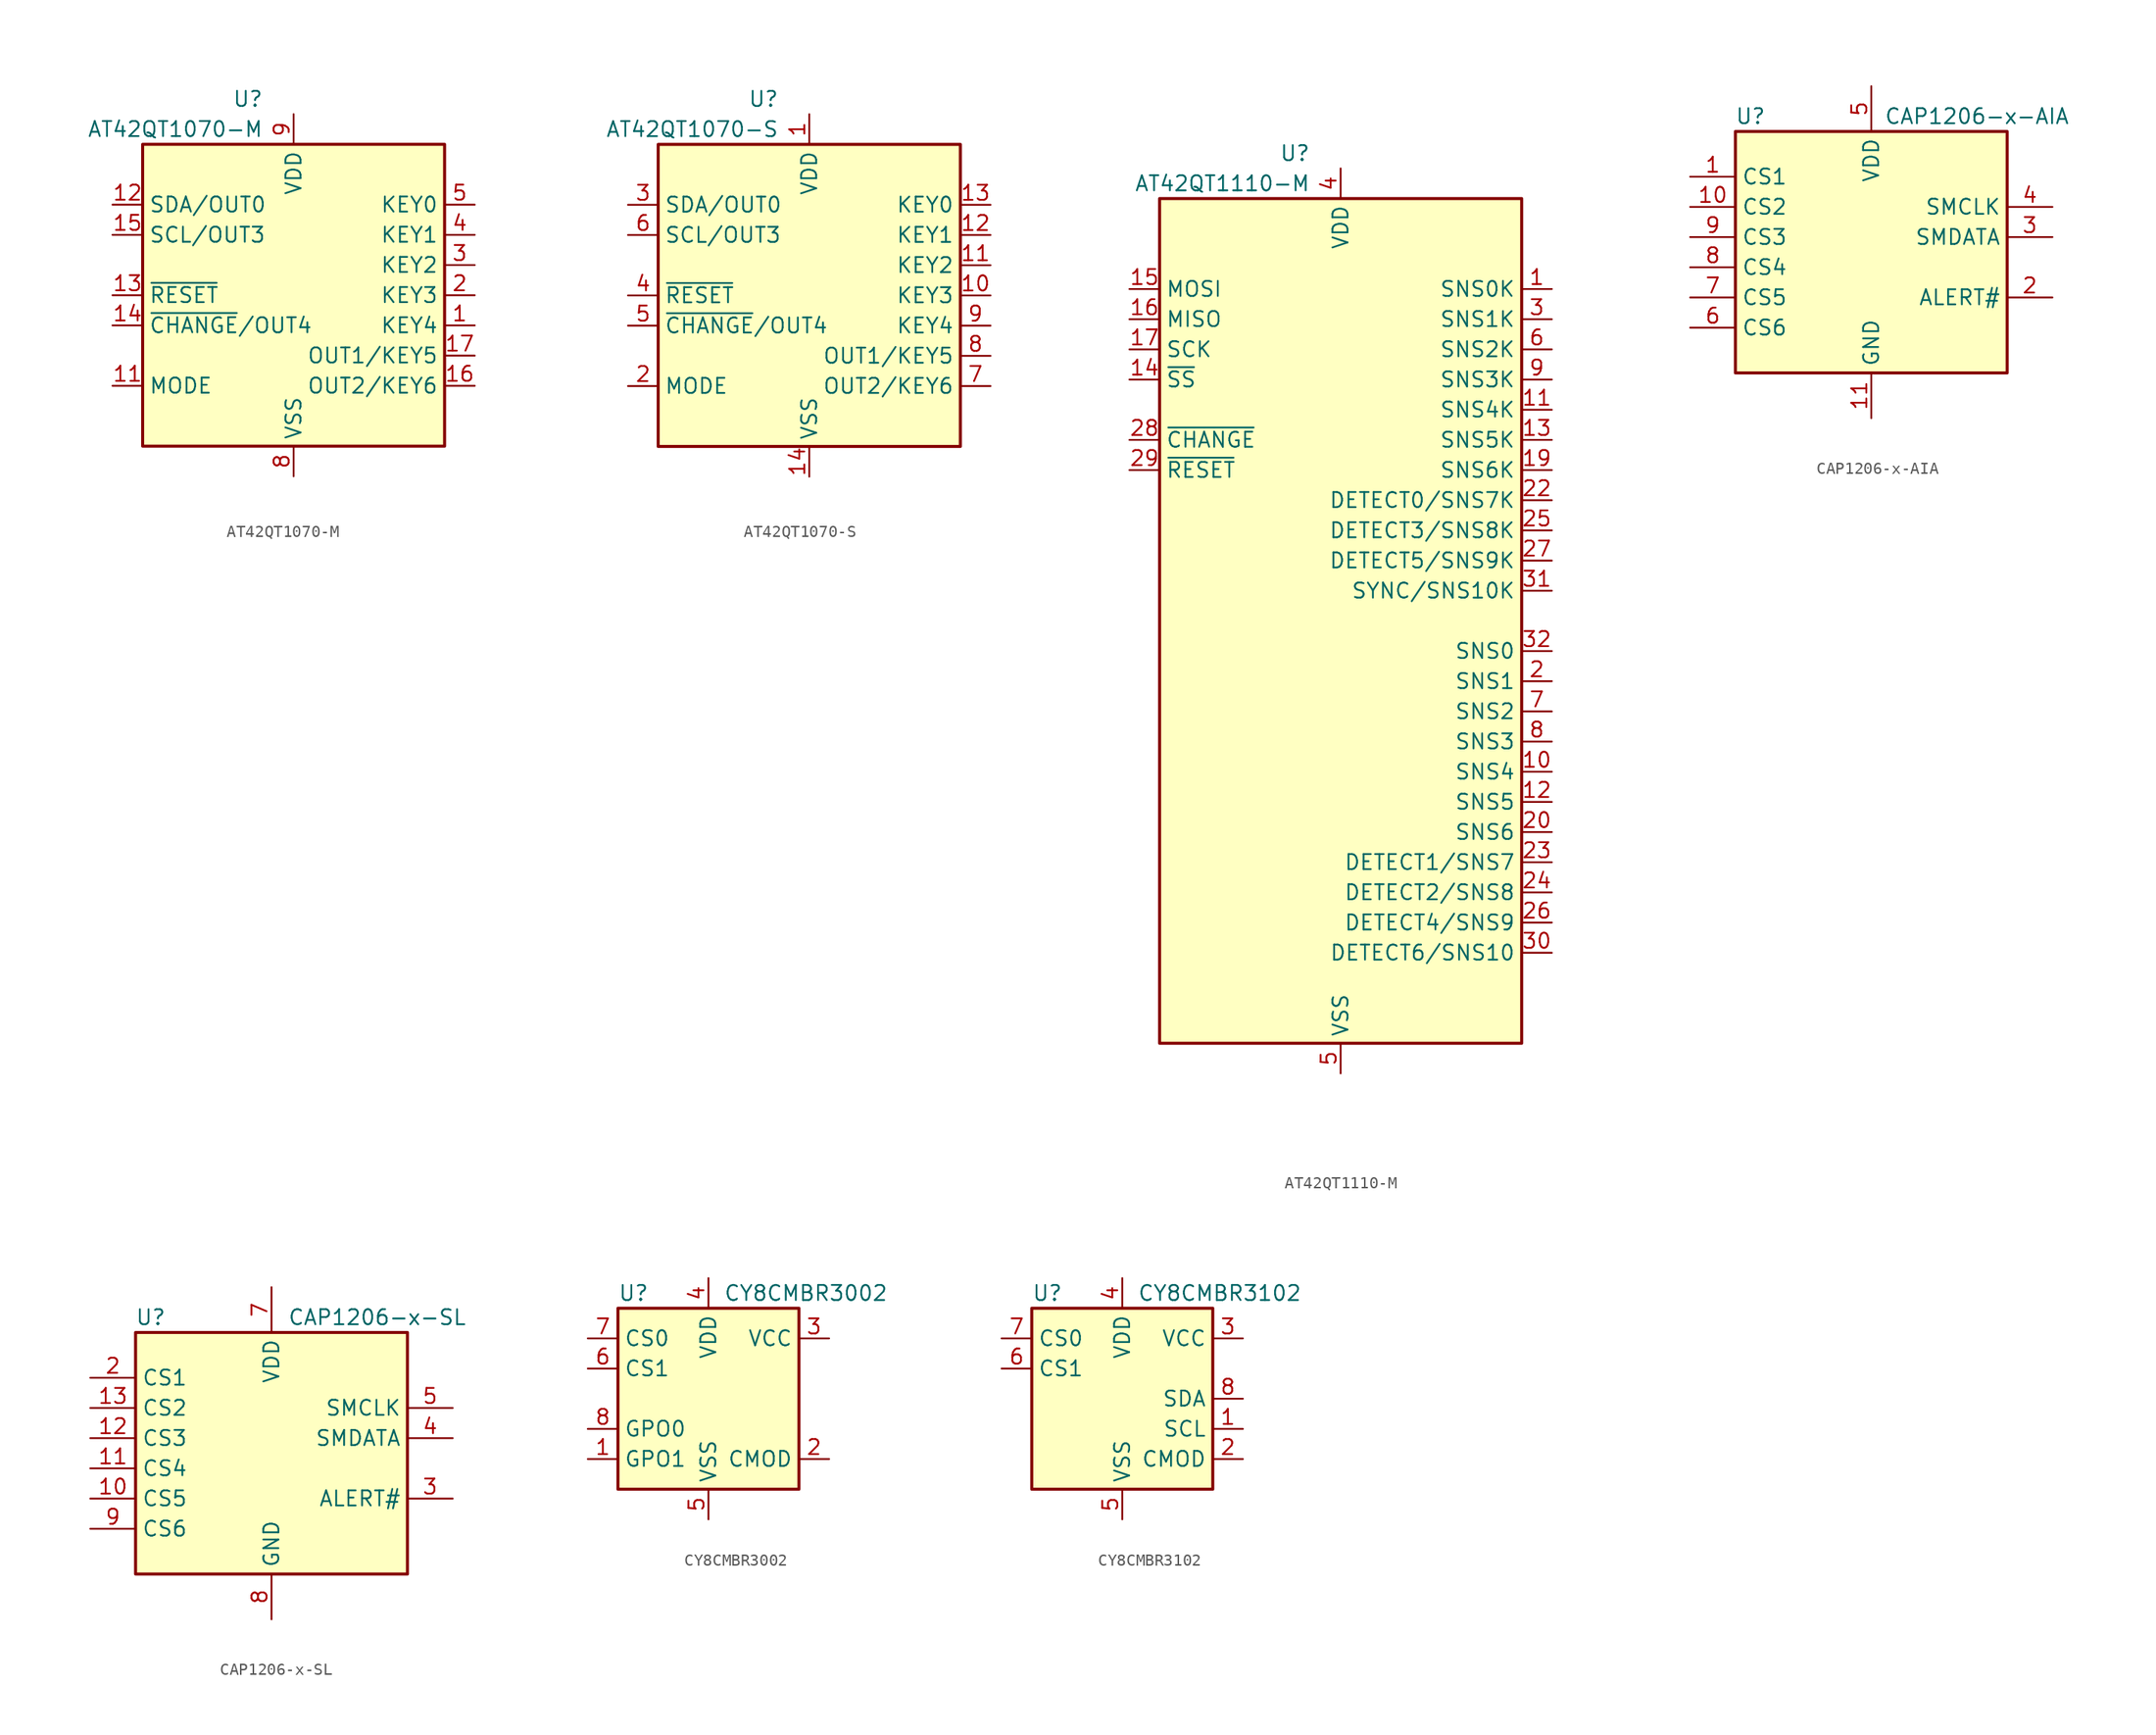
<source format=kicad_sym>
(kicad_symbol_lib
  (version 20201005)
  (generator kicad_symbol_editor)
  (symbol "Sensor_Touch:AT42QT1070-M"
    (property "Reference" "U"
      (at -2.54 16.51 0)
      (effects (font (size 1.27 1.27)) (justify right)))
    (property "Value" "AT42QT1070-M"
      (at -2.54 13.97 0)
      (effects (font (size 1.27 1.27)) (justify right)))
    (symbol "AT42QT1070-M_0_1"
      (rectangle (start -12.7 12.7) (end 12.7 -12.7) (stroke (width 0.254)) (fill (type background))))
    (symbol "AT42QT1070-M_1_1"
      (pin passive line (at 15.24 -2.54 180) (length 2.54) (name "KEY4" (effects (font (size 1.27 1.27)))) (number "1" (effects (font (size 1.27 1.27)))))
      (pin no_connect line (at -5.08 -12.7 90) (length 2.54) hide (name "NC" (effects (font (size 1.27 1.27)))) (number "10" (effects (font (size 1.27 1.27)))))
      (pin input line (at -15.24 -7.62 0) (length 2.54) (name "MODE" (effects (font (size 1.27 1.27)))) (number "11" (effects (font (size 1.27 1.27)))))
      (pin bidirectional line (at -15.24 7.62 0) (length 2.54) (name "SDA/OUT0" (effects (font (size 1.27 1.27)))) (number "12" (effects (font (size 1.27 1.27)))))
      (pin input line (at -15.24 0 0) (length 2.54) (name "~RESET" (effects (font (size 1.27 1.27)))) (number "13" (effects (font (size 1.27 1.27)))))
      (pin open_collector line (at -15.24 -2.54 0) (length 2.54) (name "~CHANGE~/OUT4" (effects (font (size 1.27 1.27)))) (number "14" (effects (font (size 1.27 1.27)))))
      (pin bidirectional line (at -15.24 5.08 0) (length 2.54) (name "SCL/OUT3" (effects (font (size 1.27 1.27)))) (number "15" (effects (font (size 1.27 1.27)))))
      (pin output line (at 15.24 -7.62 180) (length 2.54) (name "OUT2/KEY6" (effects (font (size 1.27 1.27)))) (number "16" (effects (font (size 1.27 1.27)))))
      (pin output line (at 15.24 -5.08 180) (length 2.54) (name "OUT1/KEY5" (effects (font (size 1.27 1.27)))) (number "17" (effects (font (size 1.27 1.27)))))
      (pin no_connect line (at 5.08 -12.7 90) (length 2.54) hide (name "NC" (effects (font (size 1.27 1.27)))) (number "18" (effects (font (size 1.27 1.27)))))
      (pin no_connect line (at 7.62 -12.7 90) (length 2.54) hide (name "NC" (effects (font (size 1.27 1.27)))) (number "19" (effects (font (size 1.27 1.27)))))
      (pin passive line (at 15.24 0 180) (length 2.54) (name "KEY3" (effects (font (size 1.27 1.27)))) (number "2" (effects (font (size 1.27 1.27)))))
      (pin no_connect line (at 10.16 -12.7 90) (length 2.54) hide (name "NC" (effects (font (size 1.27 1.27)))) (number "20" (effects (font (size 1.27 1.27)))))
      (pin passive line (at 0 -15.24 90) (length 2.54) hide (name "VSS" (effects (font (size 1.27 1.27)))) (number "21" (effects (font (size 1.27 1.27)))))
      (pin passive line (at 15.24 2.54 180) (length 2.54) (name "KEY2" (effects (font (size 1.27 1.27)))) (number "3" (effects (font (size 1.27 1.27)))))
      (pin passive line (at 15.24 5.08 180) (length 2.54) (name "KEY1" (effects (font (size 1.27 1.27)))) (number "4" (effects (font (size 1.27 1.27)))))
      (pin passive line (at 15.24 7.62 180) (length 2.54) (name "KEY0" (effects (font (size 1.27 1.27)))) (number "5" (effects (font (size 1.27 1.27)))))
      (pin no_connect line (at -10.16 -12.7 90) (length 2.54) hide (name "NC" (effects (font (size 1.27 1.27)))) (number "6" (effects (font (size 1.27 1.27)))))
      (pin no_connect line (at -7.62 -12.7 90) (length 2.54) hide (name "NC" (effects (font (size 1.27 1.27)))) (number "7" (effects (font (size 1.27 1.27)))))
      (pin power_in line (at 0 -15.24 90) (length 2.54) (name "VSS" (effects (font (size 1.27 1.27)))) (number "8" (effects (font (size 1.27 1.27)))))
      (pin power_in line (at 0 15.24 270) (length 2.54) (name "VDD" (effects (font (size 1.27 1.27)))) (number "9" (effects (font (size 1.27 1.27)))))))
  (symbol "Sensor_Touch:AT42QT1070-S"
    (property "Reference" "U"
      (at -2.54 16.51 0)
      (effects (font (size 1.27 1.27)) (justify right)))
    (property "Value" "AT42QT1070-S"
      (at -2.54 13.97 0)
      (effects (font (size 1.27 1.27)) (justify right)))
    (symbol "AT42QT1070-S_0_1"
      (rectangle (start -12.7 12.7) (end 12.7 -12.7) (stroke (width 0.254)) (fill (type background))))
    (symbol "AT42QT1070-S_1_1"
      (pin power_in line (at 0 15.24 270) (length 2.54) (name "VDD" (effects (font (size 1.27 1.27)))) (number "1" (effects (font (size 1.27 1.27)))))
      (pin passive line (at 15.24 0 180) (length 2.54) (name "KEY3" (effects (font (size 1.27 1.27)))) (number "10" (effects (font (size 1.27 1.27)))))
      (pin passive line (at 15.24 2.54 180) (length 2.54) (name "KEY2" (effects (font (size 1.27 1.27)))) (number "11" (effects (font (size 1.27 1.27)))))
      (pin passive line (at 15.24 5.08 180) (length 2.54) (name "KEY1" (effects (font (size 1.27 1.27)))) (number "12" (effects (font (size 1.27 1.27)))))
      (pin passive line (at 15.24 7.62 180) (length 2.54) (name "KEY0" (effects (font (size 1.27 1.27)))) (number "13" (effects (font (size 1.27 1.27)))))
      (pin power_in line (at 0 -15.24 90) (length 2.54) (name "VSS" (effects (font (size 1.27 1.27)))) (number "14" (effects (font (size 1.27 1.27)))))
      (pin input line (at -15.24 -7.62 0) (length 2.54) (name "MODE" (effects (font (size 1.27 1.27)))) (number "2" (effects (font (size 1.27 1.27)))))
      (pin bidirectional line (at -15.24 7.62 0) (length 2.54) (name "SDA/OUT0" (effects (font (size 1.27 1.27)))) (number "3" (effects (font (size 1.27 1.27)))))
      (pin input line (at -15.24 0 0) (length 2.54) (name "~RESET" (effects (font (size 1.27 1.27)))) (number "4" (effects (font (size 1.27 1.27)))))
      (pin open_collector line (at -15.24 -2.54 0) (length 2.54) (name "~CHANGE~/OUT4" (effects (font (size 1.27 1.27)))) (number "5" (effects (font (size 1.27 1.27)))))
      (pin bidirectional line (at -15.24 5.08 0) (length 2.54) (name "SCL/OUT3" (effects (font (size 1.27 1.27)))) (number "6" (effects (font (size 1.27 1.27)))))
      (pin output line (at 15.24 -7.62 180) (length 2.54) (name "OUT2/KEY6" (effects (font (size 1.27 1.27)))) (number "7" (effects (font (size 1.27 1.27)))))
      (pin output line (at 15.24 -5.08 180) (length 2.54) (name "OUT1/KEY5" (effects (font (size 1.27 1.27)))) (number "8" (effects (font (size 1.27 1.27)))))
      (pin passive line (at 15.24 -2.54 180) (length 2.54) (name "KEY4" (effects (font (size 1.27 1.27)))) (number "9" (effects (font (size 1.27 1.27)))))))
  (symbol "Sensor_Touch:AT42QT1110-M"
    (property "Reference" "U"
      (at -2.54 39.37 0)
      (effects (font (size 1.27 1.27)) (justify right)))
    (property "Value" "AT42QT1110-M"
      (at -2.54 36.83 0)
      (effects (font (size 1.27 1.27)) (justify right)))
    (symbol "AT42QT1110-M_0_1"
      (rectangle (start -15.24 35.56) (end 15.24 -35.56) (stroke (width 0.254)) (fill (type background))))
    (symbol "AT42QT1110-M_1_1"
      (pin passive line (at 17.78 27.94 180) (length 2.54) (name "SNS0K" (effects (font (size 1.27 1.27)))) (number "1" (effects (font (size 1.27 1.27)))))
      (pin passive line (at 17.78 -12.7 180) (length 2.54) (name "SNS4" (effects (font (size 1.27 1.27)))) (number "10" (effects (font (size 1.27 1.27)))))
      (pin passive line (at 17.78 17.78 180) (length 2.54) (name "SNS4K" (effects (font (size 1.27 1.27)))) (number "11" (effects (font (size 1.27 1.27)))))
      (pin passive line (at 17.78 -15.24 180) (length 2.54) (name "SNS5" (effects (font (size 1.27 1.27)))) (number "12" (effects (font (size 1.27 1.27)))))
      (pin passive line (at 17.78 15.24 180) (length 2.54) (name "SNS5K" (effects (font (size 1.27 1.27)))) (number "13" (effects (font (size 1.27 1.27)))))
      (pin input line (at -17.78 20.32 0) (length 2.54) (name "~SS" (effects (font (size 1.27 1.27)))) (number "14" (effects (font (size 1.27 1.27)))))
      (pin input line (at -17.78 27.94 0) (length 2.54) (name "MOSI" (effects (font (size 1.27 1.27)))) (number "15" (effects (font (size 1.27 1.27)))))
      (pin output line (at -17.78 25.4 0) (length 2.54) (name "MISO" (effects (font (size 1.27 1.27)))) (number "16" (effects (font (size 1.27 1.27)))))
      (pin input line (at -17.78 22.86 0) (length 2.54) (name "SCK" (effects (font (size 1.27 1.27)))) (number "17" (effects (font (size 1.27 1.27)))))
      (pin passive line (at 0 38.1 270) (length 2.54) hide (name "VDD" (effects (font (size 1.27 1.27)))) (number "18" (effects (font (size 1.27 1.27)))))
      (pin passive line (at 17.78 12.7 180) (length 2.54) (name "SNS6K" (effects (font (size 1.27 1.27)))) (number "19" (effects (font (size 1.27 1.27)))))
      (pin passive line (at 17.78 -5.08 180) (length 2.54) (name "SNS1" (effects (font (size 1.27 1.27)))) (number "2" (effects (font (size 1.27 1.27)))))
      (pin passive line (at 17.78 -17.78 180) (length 2.54) (name "SNS6" (effects (font (size 1.27 1.27)))) (number "20" (effects (font (size 1.27 1.27)))))
      (pin passive line (at 0 -38.1 90) (length 2.54) hide (name "VSS" (effects (font (size 1.27 1.27)))) (number "21" (effects (font (size 1.27 1.27)))))
      (pin bidirectional line (at 17.78 10.16 180) (length 2.54) (name "DETECT0/SNS7K" (effects (font (size 1.27 1.27)))) (number "22" (effects (font (size 1.27 1.27)))))
      (pin bidirectional line (at 17.78 -20.32 180) (length 2.54) (name "DETECT1/SNS7" (effects (font (size 1.27 1.27)))) (number "23" (effects (font (size 1.27 1.27)))))
      (pin bidirectional line (at 17.78 -22.86 180) (length 2.54) (name "DETECT2/SNS8" (effects (font (size 1.27 1.27)))) (number "24" (effects (font (size 1.27 1.27)))))
      (pin bidirectional line (at 17.78 7.62 180) (length 2.54) (name "DETECT3/SNS8K" (effects (font (size 1.27 1.27)))) (number "25" (effects (font (size 1.27 1.27)))))
      (pin bidirectional line (at 17.78 -25.4 180) (length 2.54) (name "DETECT4/SNS9" (effects (font (size 1.27 1.27)))) (number "26" (effects (font (size 1.27 1.27)))))
      (pin bidirectional line (at 17.78 5.08 180) (length 2.54) (name "DETECT5/SNS9K" (effects (font (size 1.27 1.27)))) (number "27" (effects (font (size 1.27 1.27)))))
      (pin open_collector line (at -17.78 15.24 0) (length 2.54) (name "~CHANGE" (effects (font (size 1.27 1.27)))) (number "28" (effects (font (size 1.27 1.27)))))
      (pin input line (at -17.78 12.7 0) (length 2.54) (name "~RESET" (effects (font (size 1.27 1.27)))) (number "29" (effects (font (size 1.27 1.27)))))
      (pin passive line (at 17.78 25.4 180) (length 2.54) (name "SNS1K" (effects (font (size 1.27 1.27)))) (number "3" (effects (font (size 1.27 1.27)))))
      (pin bidirectional line (at 17.78 -27.94 180) (length 2.54) (name "DETECT6/SNS10" (effects (font (size 1.27 1.27)))) (number "30" (effects (font (size 1.27 1.27)))))
      (pin bidirectional line (at 17.78 2.54 180) (length 2.54) (name "SYNC/SNS10K" (effects (font (size 1.27 1.27)))) (number "31" (effects (font (size 1.27 1.27)))))
      (pin passive line (at 17.78 -2.54 180) (length 2.54) (name "SNS0" (effects (font (size 1.27 1.27)))) (number "32" (effects (font (size 1.27 1.27)))))
      (pin passive line (at 0 -38.1 90) (length 2.54) hide (name "VSS" (effects (font (size 1.27 1.27)))) (number "33" (effects (font (size 1.27 1.27)))))
      (pin power_in line (at 0 38.1 270) (length 2.54) (name "VDD" (effects (font (size 1.27 1.27)))) (number "4" (effects (font (size 1.27 1.27)))))
      (pin power_in line (at 0 -38.1 90) (length 2.54) (name "VSS" (effects (font (size 1.27 1.27)))) (number "5" (effects (font (size 1.27 1.27)))))
      (pin passive line (at 17.78 22.86 180) (length 2.54) (name "SNS2K" (effects (font (size 1.27 1.27)))) (number "6" (effects (font (size 1.27 1.27)))))
      (pin passive line (at 17.78 -7.62 180) (length 2.54) (name "SNS2" (effects (font (size 1.27 1.27)))) (number "7" (effects (font (size 1.27 1.27)))))
      (pin passive line (at 17.78 -10.16 180) (length 2.54) (name "SNS3" (effects (font (size 1.27 1.27)))) (number "8" (effects (font (size 1.27 1.27)))))
      (pin passive line (at 17.78 20.32 180) (length 2.54) (name "SNS3K" (effects (font (size 1.27 1.27)))) (number "9" (effects (font (size 1.27 1.27)))))))
  (symbol "Sensor_Touch:CAP1206-x-AIA"
    (property "Reference" "U"
      (at -10.16 12.7 0)
      (effects (font (size 1.27 1.27))))
    (property "Value" "CAP1206-x-AIA"
      (at 8.89 12.7 0)
      (effects (font (size 1.27 1.27))))
    (symbol "CAP1206-x-AIA_0_1"
      (rectangle (start -11.43 11.43) (end 11.43 -8.89) (stroke (width 0.254)) (fill (type background))))
    (symbol "CAP1206-x-AIA_1_1"
      (pin passive line (at -15.24 7.62 0) (length 3.81) (name "CS1" (effects (font (size 1.27 1.27)))) (number "1" (effects (font (size 1.27 1.27)))))
      (pin passive line (at -15.24 5.08 0) (length 3.81) (name "CS2" (effects (font (size 1.27 1.27)))) (number "10" (effects (font (size 1.27 1.27)))))
      (pin power_in line (at 0 -12.7 90) (length 3.81) (name "GND" (effects (font (size 1.27 1.27)))) (number "11" (effects (font (size 1.27 1.27)))))
      (pin open_collector line (at 15.24 -2.54 180) (length 3.81) (name "ALERT#" (effects (font (size 1.27 1.27)))) (number "2" (effects (font (size 1.27 1.27)))))
      (pin bidirectional line (at 15.24 2.54 180) (length 3.81) (name "SMDATA" (effects (font (size 1.27 1.27)))) (number "3" (effects (font (size 1.27 1.27)))))
      (pin input line (at 15.24 5.08 180) (length 3.81) (name "SMCLK" (effects (font (size 1.27 1.27)))) (number "4" (effects (font (size 1.27 1.27)))))
      (pin power_in line (at 0 15.24 270) (length 3.81) (name "VDD" (effects (font (size 1.27 1.27)))) (number "5" (effects (font (size 1.27 1.27)))))
      (pin passive line (at -15.24 -5.08 0) (length 3.81) (name "CS6" (effects (font (size 1.27 1.27)))) (number "6" (effects (font (size 1.27 1.27)))))
      (pin passive line (at -15.24 -2.54 0) (length 3.81) (name "CS5" (effects (font (size 1.27 1.27)))) (number "7" (effects (font (size 1.27 1.27)))))
      (pin passive line (at -15.24 0 0) (length 3.81) (name "CS4" (effects (font (size 1.27 1.27)))) (number "8" (effects (font (size 1.27 1.27)))))
      (pin passive line (at -15.24 2.54 0) (length 3.81) (name "CS3" (effects (font (size 1.27 1.27)))) (number "9" (effects (font (size 1.27 1.27)))))))
  (symbol "Sensor_Touch:CAP1206-x-SL"
    (property "Reference" "U"
      (at -10.16 12.7 0)
      (effects (font (size 1.27 1.27))))
    (property "Value" "CAP1206-x-SL"
      (at 8.89 12.7 0)
      (effects (font (size 1.27 1.27))))
    (symbol "CAP1206-x-SL_0_1"
      (rectangle (start -11.43 11.43) (end 11.43 -8.89) (stroke (width 0.254)) (fill (type background))))
    (symbol "CAP1206-x-SL_1_1"
      (pin passive line (at -15.24 -2.54 0) (length 3.81) (name "CS5" (effects (font (size 1.27 1.27)))) (number "10" (effects (font (size 1.27 1.27)))))
      (pin passive line (at -15.24 0 0) (length 3.81) (name "CS4" (effects (font (size 1.27 1.27)))) (number "11" (effects (font (size 1.27 1.27)))))
      (pin passive line (at -15.24 2.54 0) (length 3.81) (name "CS3" (effects (font (size 1.27 1.27)))) (number "12" (effects (font (size 1.27 1.27)))))
      (pin passive line (at -15.24 5.08 0) (length 3.81) (name "CS2" (effects (font (size 1.27 1.27)))) (number "13" (effects (font (size 1.27 1.27)))))
      (pin passive line (at -15.24 7.62 0) (length 3.81) (name "CS1" (effects (font (size 1.27 1.27)))) (number "2" (effects (font (size 1.27 1.27)))))
      (pin open_collector line (at 15.24 -2.54 180) (length 3.81) (name "ALERT#" (effects (font (size 1.27 1.27)))) (number "3" (effects (font (size 1.27 1.27)))))
      (pin bidirectional line (at 15.24 2.54 180) (length 3.81) (name "SMDATA" (effects (font (size 1.27 1.27)))) (number "4" (effects (font (size 1.27 1.27)))))
      (pin input line (at 15.24 5.08 180) (length 3.81) (name "SMCLK" (effects (font (size 1.27 1.27)))) (number "5" (effects (font (size 1.27 1.27)))))
      (pin power_in line (at 0 15.24 270) (length 3.81) (name "VDD" (effects (font (size 1.27 1.27)))) (number "7" (effects (font (size 1.27 1.27)))))
      (pin power_in line (at 0 -12.7 90) (length 3.81) (name "GND" (effects (font (size 1.27 1.27)))) (number "8" (effects (font (size 1.27 1.27)))))
      (pin passive line (at -15.24 -5.08 0) (length 3.81) (name "CS6" (effects (font (size 1.27 1.27)))) (number "9" (effects (font (size 1.27 1.27)))))))
  (symbol "Sensor_Touch:CY8CMBR3002"
    (property "Reference" "U"
      (at -7.62 8.89 0)
      (effects (font (size 1.27 1.27)) (justify left)))
    (property "Value" "CY8CMBR3002"
      (at 1.27 8.89 0)
      (effects (font (size 1.27 1.27)) (justify left)))
    (symbol "CY8CMBR3002_0_1"
      (rectangle (start -7.62 7.62) (end 7.62 -7.62) (stroke (width 0.254)) (fill (type background))))
    (symbol "CY8CMBR3002_1_1"
      (pin output line (at -10.16 -5.08 0) (length 2.54) (name "GPO1" (effects (font (size 1.27 1.27)))) (number "1" (effects (font (size 1.27 1.27)))))
      (pin passive line (at 10.16 -5.08 180) (length 2.54) (name "CMOD" (effects (font (size 1.27 1.27)))) (number "2" (effects (font (size 1.27 1.27)))))
      (pin passive line (at 10.16 5.08 180) (length 2.54) (name "VCC" (effects (font (size 1.27 1.27)))) (number "3" (effects (font (size 1.27 1.27)))))
      (pin power_in line (at 0 10.16 270) (length 2.54) (name "VDD" (effects (font (size 1.27 1.27)))) (number "4" (effects (font (size 1.27 1.27)))))
      (pin power_in line (at 0 -10.16 90) (length 2.54) (name "VSS" (effects (font (size 1.27 1.27)))) (number "5" (effects (font (size 1.27 1.27)))))
      (pin passive line (at -10.16 2.54 0) (length 2.54) (name "CS1" (effects (font (size 1.27 1.27)))) (number "6" (effects (font (size 1.27 1.27)))))
      (pin passive line (at -10.16 5.08 0) (length 2.54) (name "CS0" (effects (font (size 1.27 1.27)))) (number "7" (effects (font (size 1.27 1.27)))))
      (pin output line (at -10.16 -2.54 0) (length 2.54) (name "GPO0" (effects (font (size 1.27 1.27)))) (number "8" (effects (font (size 1.27 1.27)))))))
  (symbol "Sensor_Touch:CY8CMBR3102"
    (property "Reference" "U"
      (at -7.62 8.89 0)
      (effects (font (size 1.27 1.27)) (justify left)))
    (property "Value" "CY8CMBR3102"
      (at 1.27 8.89 0)
      (effects (font (size 1.27 1.27)) (justify left)))
    (symbol "CY8CMBR3102_0_1"
      (rectangle (start -7.62 7.62) (end 7.62 -7.62) (stroke (width 0.254)) (fill (type background))))
    (symbol "CY8CMBR3102_1_1"
      (pin input line (at 10.16 -2.54 180) (length 2.54) (name "SCL" (effects (font (size 1.27 1.27)))) (number "1" (effects (font (size 1.27 1.27)))))
      (pin passive line (at 10.16 -5.08 180) (length 2.54) (name "CMOD" (effects (font (size 1.27 1.27)))) (number "2" (effects (font (size 1.27 1.27)))))
      (pin passive line (at 10.16 5.08 180) (length 2.54) (name "VCC" (effects (font (size 1.27 1.27)))) (number "3" (effects (font (size 1.27 1.27)))))
      (pin power_in line (at 0 10.16 270) (length 2.54) (name "VDD" (effects (font (size 1.27 1.27)))) (number "4" (effects (font (size 1.27 1.27)))))
      (pin power_in line (at 0 -10.16 90) (length 2.54) (name "VSS" (effects (font (size 1.27 1.27)))) (number "5" (effects (font (size 1.27 1.27)))))
      (pin passive line (at -10.16 2.54 0) (length 2.54) (name "CS1" (effects (font (size 1.27 1.27)))) (number "6" (effects (font (size 1.27 1.27)))))
      (pin passive line (at -10.16 5.08 0) (length 2.54) (name "CS0" (effects (font (size 1.27 1.27)))) (number "7" (effects (font (size 1.27 1.27)))))
      (pin bidirectional line (at 10.16 0 180) (length 2.54) (name "SDA" (effects (font (size 1.27 1.27)))) (number "8" (effects (font (size 1.27 1.27))))))))
</source>
